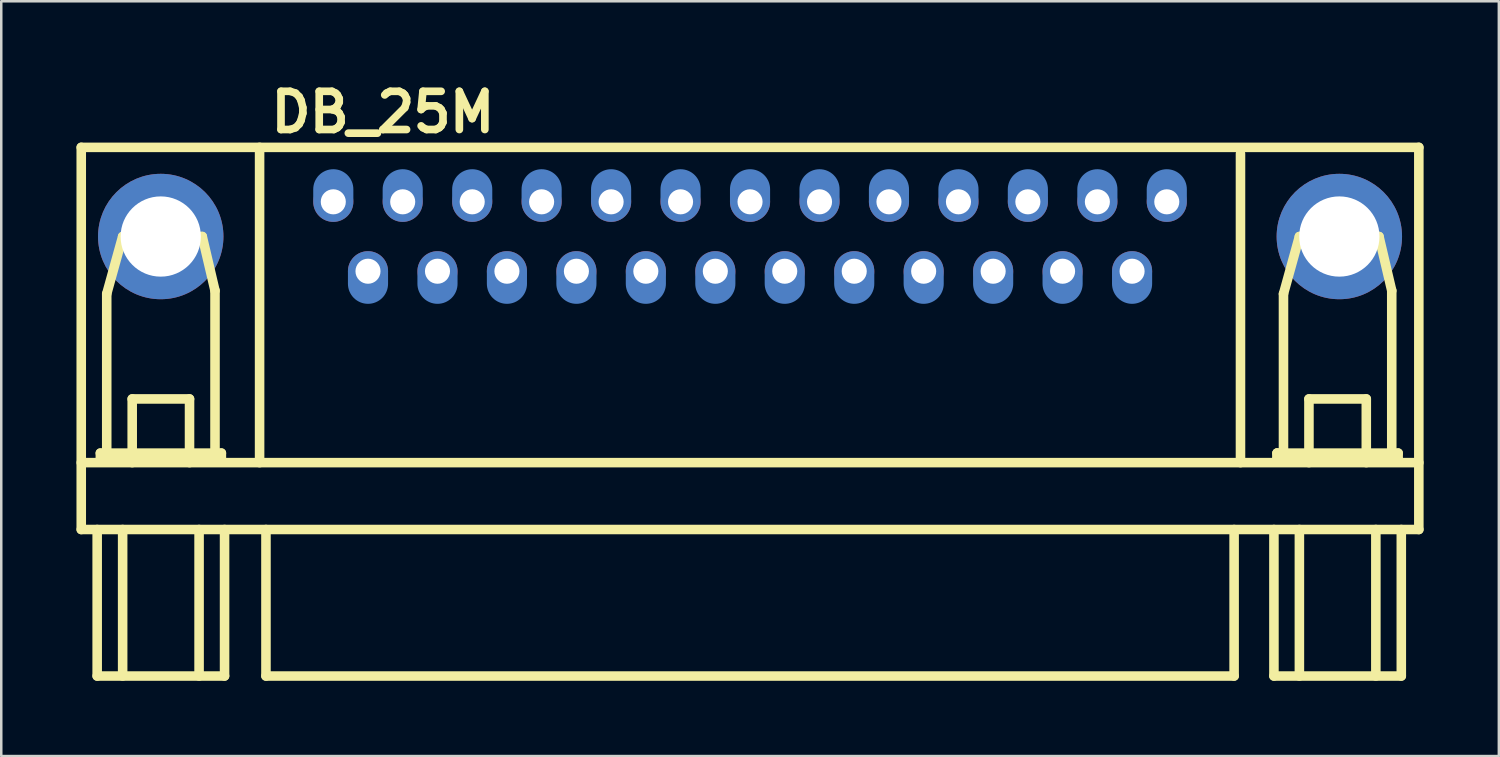
<source format=kicad_pcb>
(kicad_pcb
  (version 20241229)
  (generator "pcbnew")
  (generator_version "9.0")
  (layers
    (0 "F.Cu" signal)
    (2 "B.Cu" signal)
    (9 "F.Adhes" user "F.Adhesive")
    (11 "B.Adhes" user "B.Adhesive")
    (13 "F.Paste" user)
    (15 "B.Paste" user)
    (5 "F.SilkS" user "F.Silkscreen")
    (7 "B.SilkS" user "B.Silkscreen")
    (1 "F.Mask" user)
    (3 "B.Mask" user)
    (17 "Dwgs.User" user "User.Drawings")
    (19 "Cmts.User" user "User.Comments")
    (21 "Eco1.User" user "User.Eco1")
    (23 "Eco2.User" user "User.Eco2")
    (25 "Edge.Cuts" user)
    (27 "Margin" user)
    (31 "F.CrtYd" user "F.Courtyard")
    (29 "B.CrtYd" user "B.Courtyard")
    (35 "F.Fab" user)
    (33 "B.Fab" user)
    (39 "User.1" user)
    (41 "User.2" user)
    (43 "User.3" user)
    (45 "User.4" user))
  (footprint "DB_25M"
    (layer "F.Cu")
    (at 26.86 13.494)
    (property "Reference" "DB_25M" (at -14.64 -12.068 0) (layer "F.SilkS") (effects (font (size 1.524 1.524) (thickness 0.305))))
    (attr through_hole)
    (fp_line (start -26.67 -10.668) (end -26.67 4.572) (stroke (width 0.381) (type solid)) (layer "F.SilkS"))
    (fp_line (start -26.67 1.905) (end 26.67 1.905) (stroke (width 0.381) (type solid)) (layer "F.SilkS"))
    (fp_line (start -26.035 4.572) (end -26.035 10.414) (stroke (width 0.381) (type solid)) (layer "F.SilkS"))
    (fp_line (start -26.035 10.414) (end -20.955 10.414) (stroke (width 0.381) (type solid)) (layer "F.SilkS"))
    (fp_line (start -25.908 1.524) (end -25.908 1.778) (stroke (width 0.381) (type solid)) (layer "F.SilkS"))
    (fp_line (start -25.908 1.778) (end -21.082 1.778) (stroke (width 0.381) (type solid)) (layer "F.SilkS"))
    (fp_line (start -25.654 -4.826) (end -25.019 -7.112) (stroke (width 0.381) (type solid)) (layer "F.SilkS"))
    (fp_line (start -25.654 1.524) (end -25.654 -4.826) (stroke (width 0.381) (type solid)) (layer "F.SilkS"))
    (fp_line (start -25.019 -7.112) (end -21.844 -7.112) (stroke (width 0.381) (type solid)) (layer "F.SilkS"))
    (fp_line (start -25.019 4.572) (end -25.019 10.414) (stroke (width 0.381) (type solid)) (layer "F.SilkS"))
    (fp_line (start -24.638 -0.635) (end -22.352 -0.635) (stroke (width 0.381) (type solid)) (layer "F.SilkS"))
    (fp_line (start -24.638 1.905) (end -24.638 -0.635) (stroke (width 0.381) (type solid)) (layer "F.SilkS"))
    (fp_line (start -22.352 -0.635) (end -22.352 1.905) (stroke (width 0.381) (type solid)) (layer "F.SilkS"))
    (fp_line (start -21.971 4.572) (end -21.971 10.414) (stroke (width 0.381) (type solid)) (layer "F.SilkS"))
    (fp_line (start -21.844 -7.112) (end -21.336 -4.953) (stroke (width 0.381) (type solid)) (layer "F.SilkS"))
    (fp_line (start -21.336 -4.953) (end -21.336 1.524) (stroke (width 0.381) (type solid)) (layer "F.SilkS"))
    (fp_line (start -21.082 1.524) (end -25.908 1.524) (stroke (width 0.381) (type solid)) (layer "F.SilkS"))
    (fp_line (start -21.082 1.778) (end -21.082 1.524) (stroke (width 0.381) (type solid)) (layer "F.SilkS"))
    (fp_line (start -20.955 4.572) (end -20.955 10.414) (stroke (width 0.381) (type solid)) (layer "F.SilkS"))
    (fp_line (start -19.558 1.905) (end -19.558 -10.668) (stroke (width 0.381) (type solid)) (layer "F.SilkS"))
    (fp_line (start -19.304 4.572) (end -19.304 10.414) (stroke (width 0.381) (type solid)) (layer "F.SilkS"))
    (fp_line (start 19.304 10.414) (end -19.304 10.414) (stroke (width 0.381) (type solid)) (layer "F.SilkS"))
    (fp_line (start 19.304 10.414) (end 19.304 4.572) (stroke (width 0.381) (type solid)) (layer "F.SilkS"))
    (fp_line (start 19.558 1.905) (end 19.558 -10.414) (stroke (width 0.381) (type solid)) (layer "F.SilkS"))
    (fp_line (start 20.892 4.572) (end 20.892 10.414) (stroke (width 0.381) (type solid)) (layer "F.SilkS"))
    (fp_line (start 20.892 10.414) (end 25.971 10.414) (stroke (width 0.381) (type solid)) (layer "F.SilkS"))
    (fp_line (start 21.018 1.524) (end 21.018 1.778) (stroke (width 0.381) (type solid)) (layer "F.SilkS"))
    (fp_line (start 21.018 1.524) (end 21.018 1.778) (stroke (width 0.381) (type solid)) (layer "F.SilkS"))
    (fp_line (start 21.018 1.778) (end 25.845 1.778) (stroke (width 0.381) (type solid)) (layer "F.SilkS"))
    (fp_line (start 21.273 -4.826) (end 21.907 -7.112) (stroke (width 0.381) (type solid)) (layer "F.SilkS"))
    (fp_line (start 21.273 1.524) (end 21.273 -4.826) (stroke (width 0.381) (type solid)) (layer "F.SilkS"))
    (fp_line (start 21.907 -7.112) (end 25.082 -7.112) (stroke (width 0.381) (type solid)) (layer "F.SilkS"))
    (fp_line (start 21.907 4.572) (end 21.907 10.414) (stroke (width 0.381) (type solid)) (layer "F.SilkS"))
    (fp_line (start 22.288 -0.635) (end 24.575 -0.635) (stroke (width 0.381) (type solid)) (layer "F.SilkS"))
    (fp_line (start 22.288 1.905) (end 22.288 -0.635) (stroke (width 0.381) (type solid)) (layer "F.SilkS"))
    (fp_line (start 24.575 -0.635) (end 24.575 1.905) (stroke (width 0.381) (type solid)) (layer "F.SilkS"))
    (fp_line (start 24.956 4.572) (end 24.956 10.414) (stroke (width 0.381) (type solid)) (layer "F.SilkS"))
    (fp_line (start 25.082 -7.112) (end 25.59 -4.953) (stroke (width 0.381) (type solid)) (layer "F.SilkS"))
    (fp_line (start 25.59 -4.953) (end 25.59 1.524) (stroke (width 0.381) (type solid)) (layer "F.SilkS"))
    (fp_line (start 25.845 1.524) (end 21.018 1.524) (stroke (width 0.381) (type solid)) (layer "F.SilkS"))
    (fp_line (start 25.845 1.778) (end 25.845 1.524) (stroke (width 0.381) (type solid)) (layer "F.SilkS"))
    (fp_line (start 25.971 4.572) (end 25.971 10.414) (stroke (width 0.381) (type solid)) (layer "F.SilkS"))
    (fp_line (start 26.67 -10.668) (end -26.67 -10.668) (stroke (width 0.381) (type solid)) (layer "F.SilkS"))
    (fp_line (start 26.67 -10.668) (end 26.67 4.572) (stroke (width 0.381) (type solid)) (layer "F.SilkS"))
    (fp_line (start 26.67 4.572) (end -26.67 4.572) (stroke (width 0.381) (type solid)) (layer "F.SilkS"))
    (pad "0" thru_hole circle (at -23.5 -7.112) (size 5.001 5.001) (drill 3.2) (layers "*.Cu" "*.Mask"))
    (pad "0" thru_hole circle (at 23.5 -7.112) (size 5.001 5.001) (drill 3.2) (layers "*.Cu" "*.Mask"))
    (pad "1" thru_hole circle (at -16.619 -8.496) (size 1.6 1.6) (drill 1 (offset 0 0)) (layers "*.Cu" "*.Mask") (padstack (mode front_inner_back) (layer "Inner" (shape circle) (size 1.6 1.6)) (layer "B.Cu" (shape oval) (size 1.6 2.1) (offset 0 -0.25))))
    (pad "2" thru_hole circle (at -13.851 -8.496) (size 1.6 1.6) (drill 1 (offset 0 0)) (layers "*.Cu" "*.Mask") (padstack (mode front_inner_back) (layer "Inner" (shape circle) (size 1.6 1.6)) (layer "B.Cu" (shape oval) (size 1.6 2.1) (offset 0 -0.25))))
    (pad "3" thru_hole circle (at -11.079 -8.496) (size 1.6 1.6) (drill 1 (offset 0 0)) (layers "*.Cu" "*.Mask") (padstack (mode front_inner_back) (layer "Inner" (shape circle) (size 1.6 1.6)) (layer "B.Cu" (shape oval) (size 1.6 2.1) (offset 0 -0.25))))
    (pad "4" thru_hole circle (at -8.311 -8.496) (size 1.6 1.6) (drill 1 (offset 0 0)) (layers "*.Cu" "*.Mask") (padstack (mode front_inner_back) (layer "Inner" (shape circle) (size 1.6 1.6)) (layer "B.Cu" (shape oval) (size 1.6 2.1) (offset 0 -0.25))))
    (pad "5" thru_hole circle (at -5.54 -8.496) (size 1.6 1.6) (drill 1 (offset 0 0)) (layers "*.Cu" "*.Mask") (padstack (mode front_inner_back) (layer "Inner" (shape circle) (size 1.6 1.6)) (layer "B.Cu" (shape oval) (size 1.6 2.1) (offset 0 -0.25))))
    (pad "6" thru_hole circle (at -2.771 -8.496) (size 1.6 1.6) (drill 1 (offset 0 0)) (layers "*.Cu" "*.Mask") (padstack (mode front_inner_back) (layer "Inner" (shape circle) (size 1.6 1.6)) (layer "B.Cu" (shape oval) (size 1.6 2.1) (offset 0 -0.25))))
    (pad "7" thru_hole circle (at 0 -8.496) (size 1.6 1.6) (drill 1 (offset 0 0)) (layers "*.Cu" "*.Mask") (padstack (mode front_inner_back) (layer "Inner" (shape circle) (size 1.6 1.6)) (layer "B.Cu" (shape oval) (size 1.6 2.1) (offset 0 -0.25))))
    (pad "8" thru_hole circle (at 2.771 -8.496) (size 1.6 1.6) (drill 1 (offset 0 0)) (layers "*.Cu" "*.Mask") (padstack (mode front_inner_back) (layer "Inner" (shape circle) (size 1.6 1.6)) (layer "B.Cu" (shape oval) (size 1.6 2.1) (offset 0 -0.25))))
    (pad "9" thru_hole circle (at 5.54 -8.496) (size 1.6 1.6) (drill 1 (offset 0 0)) (layers "*.Cu" "*.Mask") (padstack (mode front_inner_back) (layer "Inner" (shape circle) (size 1.6 1.6)) (layer "B.Cu" (shape oval) (size 1.6 2.1) (offset 0 -0.25))))
    (pad "10" thru_hole circle (at 8.311 -8.496) (size 1.6 1.6) (drill 1 (offset 0 0)) (layers "*.Cu" "*.Mask") (padstack (mode front_inner_back) (layer "Inner" (shape circle) (size 1.6 1.6)) (layer "B.Cu" (shape oval) (size 1.6 2.1) (offset 0 -0.25))))
    (pad "11" thru_hole circle (at 11.079 -8.496) (size 1.6 1.6) (drill 1 (offset 0 0)) (layers "*.Cu" "*.Mask") (padstack (mode front_inner_back) (layer "Inner" (shape circle) (size 1.6 1.6)) (layer "B.Cu" (shape oval) (size 1.6 2.1) (offset 0 -0.25))))
    (pad "12" thru_hole circle (at 13.851 -8.496) (size 1.6 1.6) (drill 1 (offset 0 0)) (layers "*.Cu" "*.Mask") (padstack (mode front_inner_back) (layer "Inner" (shape circle) (size 1.6 1.6)) (layer "B.Cu" (shape oval) (size 1.6 2.1) (offset 0 -0.25))))
    (pad "13" thru_hole circle (at 16.619 -8.496) (size 1.6 1.6) (drill 1 (offset 0 0)) (layers "*.Cu" "*.Mask") (padstack (mode front_inner_back) (layer "Inner" (shape circle) (size 1.6 1.6)) (layer "B.Cu" (shape oval) (size 1.6 2.1) (offset 0 -0.25))))
    (pad "14" thru_hole circle (at -15.235 -5.728) (size 1.6 1.6) (drill 1 (offset 0 0)) (layers "*.Cu" "*.Mask") (padstack (mode front_inner_back) (layer "Inner" (shape circle) (size 1.6 1.6)) (layer "B.Cu" (shape oval) (size 1.6 2.1) (offset 0 0.25))))
    (pad "15" thru_hole circle (at -12.464 -5.728) (size 1.6 1.6) (drill 1 (offset 0 0)) (layers "*.Cu" "*.Mask") (padstack (mode front_inner_back) (layer "Inner" (shape circle) (size 1.6 1.6)) (layer "B.Cu" (shape oval) (size 1.6 2.1) (offset 0 0.25))))
    (pad "16" thru_hole circle (at -9.695 -5.728) (size 1.6 1.6) (drill 1 (offset 0 0)) (layers "*.Cu" "*.Mask") (padstack (mode front_inner_back) (layer "Inner" (shape circle) (size 1.6 1.6)) (layer "B.Cu" (shape oval) (size 1.6 2.1) (offset 0 0.25))))
    (pad "17" thru_hole circle (at -6.924 -5.728) (size 1.6 1.6) (drill 1 (offset 0 0)) (layers "*.Cu" "*.Mask") (padstack (mode front_inner_back) (layer "Inner" (shape circle) (size 1.6 1.6)) (layer "B.Cu" (shape oval) (size 1.6 2.1) (offset 0 0.25))))
    (pad "18" thru_hole circle (at -4.155 -5.728) (size 1.6 1.6) (drill 1 (offset 0 0)) (layers "*.Cu" "*.Mask") (padstack (mode front_inner_back) (layer "Inner" (shape circle) (size 1.6 1.6)) (layer "B.Cu" (shape oval) (size 1.6 2.1) (offset 0 0.25))))
    (pad "19" thru_hole circle (at -1.384 -5.728) (size 1.6 1.6) (drill 1 (offset 0 0)) (layers "*.Cu" "*.Mask") (padstack (mode front_inner_back) (layer "Inner" (shape circle) (size 1.6 1.6)) (layer "B.Cu" (shape oval) (size 1.6 2.1) (offset 0 0.25))))
    (pad "20" thru_hole circle (at 1.384 -5.728) (size 1.6 1.6) (drill 1 (offset 0 0)) (layers "*.Cu" "*.Mask") (padstack (mode front_inner_back) (layer "Inner" (shape circle) (size 1.6 1.6)) (layer "B.Cu" (shape oval) (size 1.6 2.1) (offset 0 0.25))))
    (pad "21" thru_hole circle (at 4.155 -5.728) (size 1.6 1.6) (drill 1 (offset 0 0)) (layers "*.Cu" "*.Mask") (padstack (mode front_inner_back) (layer "Inner" (shape circle) (size 1.6 1.6)) (layer "B.Cu" (shape oval) (size 1.6 2.1) (offset 0 0.25))))
    (pad "22" thru_hole circle (at 6.924 -5.728) (size 1.6 1.6) (drill 1 (offset 0 0)) (layers "*.Cu" "*.Mask") (padstack (mode front_inner_back) (layer "Inner" (shape circle) (size 1.6 1.6)) (layer "B.Cu" (shape oval) (size 1.6 2.1) (offset 0 0.25))))
    (pad "23" thru_hole circle (at 9.695 -5.728) (size 1.6 1.6) (drill 1 (offset 0 0)) (layers "*.Cu" "*.Mask") (padstack (mode front_inner_back) (layer "Inner" (shape circle) (size 1.6 1.6)) (layer "B.Cu" (shape oval) (size 1.6 2.1) (offset 0 0.25))))
    (pad "24" thru_hole circle (at 12.464 -5.728) (size 1.6 1.6) (drill 1 (offset 0 0)) (layers "*.Cu" "*.Mask") (padstack (mode front_inner_back) (layer "Inner" (shape circle) (size 1.6 1.6)) (layer "B.Cu" (shape oval) (size 1.6 2.1) (offset 0 0.25))))
    (pad "25" thru_hole circle (at 15.235 -5.728) (size 1.6 1.6) (drill 1 (offset 0 0)) (layers "*.Cu" "*.Mask") (padstack (mode front_inner_back) (layer "Inner" (shape circle) (size 1.6 1.6)) (layer "B.Cu" (shape oval) (size 1.6 2.1) (offset 0 0.25)))))
  (gr_rect
    (start -3 -3)
    (end 56.721 27.099)
    (stroke (width 0.1) (type default))
    (fill no)
    (layer "Edge.Cuts")))
</source>
